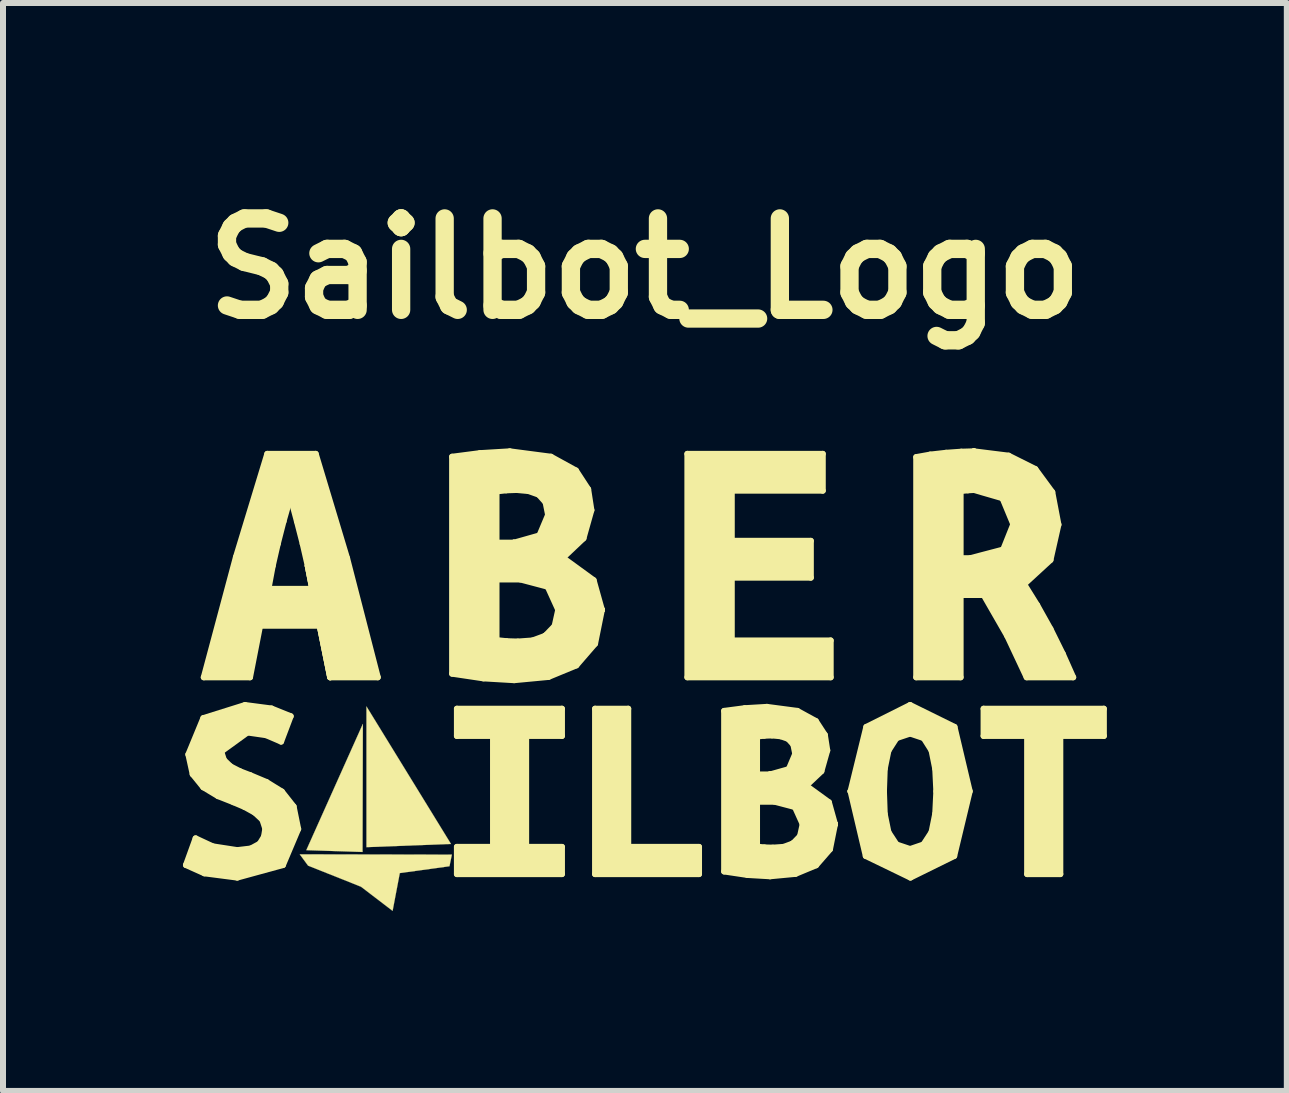
<source format=kicad_pcb>
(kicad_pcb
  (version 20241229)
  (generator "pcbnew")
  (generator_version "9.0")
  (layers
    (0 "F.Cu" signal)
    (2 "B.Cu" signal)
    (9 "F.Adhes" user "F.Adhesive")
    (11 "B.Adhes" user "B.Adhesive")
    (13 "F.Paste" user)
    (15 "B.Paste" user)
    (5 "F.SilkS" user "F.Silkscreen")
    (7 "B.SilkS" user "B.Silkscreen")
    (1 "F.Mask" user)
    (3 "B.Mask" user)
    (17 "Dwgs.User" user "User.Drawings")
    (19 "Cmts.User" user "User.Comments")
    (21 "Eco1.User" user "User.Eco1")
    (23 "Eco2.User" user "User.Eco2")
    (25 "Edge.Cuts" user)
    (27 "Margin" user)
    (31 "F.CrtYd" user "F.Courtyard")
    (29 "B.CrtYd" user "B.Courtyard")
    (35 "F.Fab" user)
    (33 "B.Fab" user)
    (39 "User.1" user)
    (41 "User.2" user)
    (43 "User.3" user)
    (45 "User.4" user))
  (footprint "Sailbot_Logo"
    (layer "F.Cu")
    (at 7.701 8.341)
    (property "Reference" "Sailbot_Logo" (at 0 -6.915 0) (layer "F.SilkS") (effects (font (size 1.524 1.524) (thickness 0.305))))
    (attr through_hole)
    (fp_line (start -7.651 3.03) (end -7.49 2.585) (stroke (width 0.1) (type solid)) (layer "F.SilkS"))
    (fp_line (start -7.611 1.186) (end -7.361 0.58) (stroke (width 0.1) (type solid)) (layer "F.SilkS"))
    (fp_line (start -7.539 1.515) (end -7.611 1.186) (stroke (width 0.1) (type solid)) (layer "F.SilkS"))
    (fp_line (start -7.49 2.585) (end -7.205 2.718) (stroke (width 0.1) (type solid)) (layer "F.SilkS"))
    (fp_line (start -7.361 0.58) (end -6.666 0.362) (stroke (width 0.1) (type solid)) (layer "F.SilkS"))
    (fp_line (start -7.361 1.734) (end -7.539 1.515) (stroke (width 0.1) (type solid)) (layer "F.SilkS"))
    (fp_line (start -7.354 -0.1) (end -6.818 -2.104) (stroke (width 0.1) (type solid)) (layer "F.SilkS"))
    (fp_line (start -7.343 3.168) (end -7.651 3.03) (stroke (width 0.1) (type solid)) (layer "F.SilkS"))
    (fp_line (start -7.205 2.718) (end -6.796 2.781) (stroke (width 0.1) (type solid)) (layer "F.SilkS"))
    (fp_line (start -7.116 1.881) (end -7.361 1.734) (stroke (width 0.1) (type solid)) (layer "F.SilkS"))
    (fp_line (start -7.063 1.137) (end -7.018 1.279) (stroke (width 0.1) (type solid)) (layer "F.SilkS"))
    (fp_line (start -7.018 1.279) (end -6.907 1.386) (stroke (width 0.1) (type solid)) (layer "F.SilkS"))
    (fp_line (start -6.907 1.386) (end -6.751 1.466) (stroke (width 0.1) (type solid)) (layer "F.SilkS"))
    (fp_line (start -6.858 1.983) (end -7.116 1.881) (stroke (width 0.1) (type solid)) (layer "F.SilkS"))
    (fp_line (start -6.818 -2.104) (end -6.295 -3.825) (stroke (width 0.1) (type solid)) (layer "F.SilkS"))
    (fp_line (start -6.796 2.781) (end -6.568 2.754) (stroke (width 0.1) (type solid)) (layer "F.SilkS"))
    (fp_line (start -6.796 3.239) (end -7.343 3.168) (stroke (width 0.1) (type solid)) (layer "F.SilkS"))
    (fp_line (start -6.751 1.466) (end -6.577 1.533) (stroke (width 0.1) (type solid)) (layer "F.SilkS"))
    (fp_line (start -6.671 2.063) (end -6.858 1.983) (stroke (width 0.1) (type solid)) (layer "F.SilkS"))
    (fp_line (start -6.666 0.362) (end -6.225 0.42) (stroke (width 0.1) (type solid)) (layer "F.SilkS"))
    (fp_line (start -6.626 0.82) (end -7.063 1.137) (stroke (width 0.1) (type solid)) (layer "F.SilkS"))
    (fp_line (start -6.583 -0.1) (end -7.354 -0.1) (stroke (width 0.1) (type solid)) (layer "F.SilkS"))
    (fp_line (start -6.577 1.533) (end -6.31 1.645) (stroke (width 0.1) (type solid)) (layer "F.SilkS"))
    (fp_line (start -6.568 2.754) (end -6.421 2.674) (stroke (width 0.1) (type solid)) (layer "F.SilkS"))
    (fp_line (start -6.502 2.157) (end -6.671 2.063) (stroke (width 0.1) (type solid)) (layer "F.SilkS"))
    (fp_line (start -6.421 2.674) (end -6.35 2.558) (stroke (width 0.1) (type solid)) (layer "F.SilkS"))
    (fp_line (start -6.415 -0.96) (end -6.583 -0.1) (stroke (width 0.1) (type solid)) (layer "F.SilkS"))
    (fp_line (start -6.377 2.273) (end -6.502 2.157) (stroke (width 0.1) (type solid)) (layer "F.SilkS"))
    (fp_line (start -6.35 2.558) (end -6.328 2.424) (stroke (width 0.1) (type solid)) (layer "F.SilkS"))
    (fp_line (start -6.328 2.424) (end -6.377 2.273) (stroke (width 0.1) (type solid)) (layer "F.SilkS"))
    (fp_line (start -6.314 0.865) (end -6.626 0.82) (stroke (width 0.1) (type solid)) (layer "F.SilkS"))
    (fp_line (start -6.31 1.645) (end -6.052 1.805) (stroke (width 0.1) (type solid)) (layer "F.SilkS"))
    (fp_line (start -6.295 -3.825) (end -5.488 -3.825) (stroke (width 0.1) (type solid)) (layer "F.SilkS"))
    (fp_line (start -6.276 -1.574) (end -5.548 -1.574) (stroke (width 0.1) (type solid)) (layer "F.SilkS"))
    (fp_line (start -6.225 0.42) (end -5.905 0.549) (stroke (width 0.1) (type solid)) (layer "F.SilkS"))
    (fp_line (start -6.204 -1.959) (end -6.276 -1.574) (stroke (width 0.1) (type solid)) (layer "F.SilkS"))
    (fp_line (start -6.12 -2.326) (end -6.204 -1.959) (stroke (width 0.1) (type solid)) (layer "F.SilkS"))
    (fp_line (start -6.065 0.972) (end -6.314 0.865) (stroke (width 0.1) (type solid)) (layer "F.SilkS"))
    (fp_line (start -6.052 1.805) (end -5.856 2.054) (stroke (width 0.1) (type solid)) (layer "F.SilkS"))
    (fp_line (start -6.034 3.03) (end -6.796 3.239) (stroke (width 0.1) (type solid)) (layer "F.SilkS"))
    (fp_line (start -6.024 -2.7) (end -6.12 -2.326) (stroke (width 0.1) (type solid)) (layer "F.SilkS"))
    (fp_line (start -5.909 -3.103) (end -6.024 -2.7) (stroke (width 0.1) (type solid)) (layer "F.SilkS"))
    (fp_line (start -5.905 0.549) (end -6.065 0.972) (stroke (width 0.1) (type solid)) (layer "F.SilkS"))
    (fp_line (start -5.856 2.054) (end -5.78 2.429) (stroke (width 0.1) (type solid)) (layer "F.SilkS"))
    (fp_line (start -5.801 -2.7) (end -5.909 -3.103) (stroke (width 0.1) (type solid)) (layer "F.SilkS"))
    (fp_line (start -5.78 2.429) (end -6.034 3.03) (stroke (width 0.1) (type solid)) (layer "F.SilkS"))
    (fp_line (start -5.705 -2.326) (end -5.801 -2.7) (stroke (width 0.1) (type solid)) (layer "F.SilkS"))
    (fp_line (start -5.621 -1.959) (end -5.705 -2.326) (stroke (width 0.1) (type solid)) (layer "F.SilkS"))
    (fp_line (start -5.621 -1.959) (end -5.247 -0.1) (stroke (width 0.1) (type solid)) (layer "F.SilkS"))
    (fp_line (start -5.548 -1.574) (end -5.621 -1.959) (stroke (width 0.1) (type solid)) (layer "F.SilkS"))
    (fp_line (start -5.488 -3.825) (end -4.965 -2.086) (stroke (width 0.1) (type solid)) (layer "F.SilkS"))
    (fp_line (start -5.422 -0.96) (end -6.415 -0.96) (stroke (width 0.1) (type solid)) (layer "F.SilkS"))
    (fp_line (start -5.247 -0.1) (end -5.621 -1.959) (stroke (width 0.1) (type solid)) (layer "F.SilkS"))
    (fp_line (start -5.247 -0.1) (end -5.422 -0.96) (stroke (width 0.1) (type solid)) (layer "F.SilkS"))
    (fp_line (start -4.965 -2.086) (end -4.453 -0.1) (stroke (width 0.1) (type solid)) (layer "F.SilkS"))
    (fp_line (start -4.453 -0.1) (end -5.247 -0.1) (stroke (width 0.1) (type solid)) (layer "F.SilkS"))
    (fp_line (start -3.214 -3.777) (end -2.751 -3.837) (stroke (width 0.1) (type solid)) (layer "F.SilkS"))
    (fp_line (start -3.214 -0.16) (end -3.214 -3.777) (stroke (width 0.1) (type solid)) (layer "F.SilkS"))
    (fp_line (start -3.134 0.424) (end -1.383 0.424) (stroke (width 0.1) (type solid)) (layer "F.SilkS"))
    (fp_line (start -3.134 0.878) (end -3.134 0.424) (stroke (width 0.1) (type solid)) (layer "F.SilkS"))
    (fp_line (start -3.134 2.727) (end -2.532 2.727) (stroke (width 0.1) (type solid)) (layer "F.SilkS"))
    (fp_line (start -3.134 3.181) (end -3.134 2.727) (stroke (width 0.1) (type solid)) (layer "F.SilkS"))
    (fp_line (start -2.751 -3.837) (end -2.252 -3.867) (stroke (width 0.1) (type solid)) (layer "F.SilkS"))
    (fp_line (start -2.691 -0.082) (end -3.214 -0.16) (stroke (width 0.1) (type solid)) (layer "F.SilkS"))
    (fp_line (start -2.532 0.878) (end -3.134 0.878) (stroke (width 0.1) (type solid)) (layer "F.SilkS"))
    (fp_line (start -2.532 2.727) (end -2.532 0.878) (stroke (width 0.1) (type solid)) (layer "F.SilkS"))
    (fp_line (start -2.474 -3.199) (end -2.474 -2.344) (stroke (width 0.1) (type solid)) (layer "F.SilkS"))
    (fp_line (start -2.474 -2.344) (end -2.185 -2.344) (stroke (width 0.1) (type solid)) (layer "F.SilkS"))
    (fp_line (start -2.474 -1.731) (end -2.474 -1.731) (stroke (width 0.1) (type solid)) (layer "F.SilkS"))
    (fp_line (start -2.474 -1.731) (end -2.474 -0.72) (stroke (width 0.1) (type solid)) (layer "F.SilkS"))
    (fp_line (start -2.474 -0.72) (end -2.306 -0.702) (stroke (width 0.1) (type solid)) (layer "F.SilkS"))
    (fp_line (start -2.312 -3.217) (end -2.474 -3.199) (stroke (width 0.1) (type solid)) (layer "F.SilkS"))
    (fp_line (start -2.306 -0.702) (end -2.119 -0.696) (stroke (width 0.1) (type solid)) (layer "F.SilkS"))
    (fp_line (start -2.252 -3.867) (end -1.566 -3.777) (stroke (width 0.1) (type solid)) (layer "F.SilkS"))
    (fp_line (start -2.185 -2.344) (end -2.185 -2.344) (stroke (width 0.1) (type solid)) (layer "F.SilkS"))
    (fp_line (start -2.185 -2.344) (end -1.758 -2.465) (stroke (width 0.1) (type solid)) (layer "F.SilkS"))
    (fp_line (start -2.185 -2.344) (end -0.717 -1.225) (stroke (width 0.1) (type solid)) (layer "F.SilkS"))
    (fp_line (start -2.179 -0.052) (end -2.691 -0.082) (stroke (width 0.1) (type solid)) (layer "F.SilkS"))
    (fp_line (start -2.137 -3.223) (end -2.312 -3.217) (stroke (width 0.1) (type solid)) (layer "F.SilkS"))
    (fp_line (start -2.119 -0.696) (end -1.872 -0.714) (stroke (width 0.1) (type solid)) (layer "F.SilkS"))
    (fp_line (start -2.077 -1.731) (end -2.474 -1.731) (stroke (width 0.1) (type solid)) (layer "F.SilkS"))
    (fp_line (start -1.98 0.878) (end -1.98 2.727) (stroke (width 0.1) (type solid)) (layer "F.SilkS"))
    (fp_line (start -1.98 2.727) (end -1.383 2.727) (stroke (width 0.1) (type solid)) (layer "F.SilkS"))
    (fp_line (start -1.939 -3.205) (end -2.137 -3.223) (stroke (width 0.1) (type solid)) (layer "F.SilkS"))
    (fp_line (start -1.872 -0.714) (end -1.662 -0.792) (stroke (width 0.1) (type solid)) (layer "F.SilkS"))
    (fp_line (start -1.77 -3.145) (end -1.939 -3.205) (stroke (width 0.1) (type solid)) (layer "F.SilkS"))
    (fp_line (start -1.758 -2.465) (end -1.614 -2.808) (stroke (width 0.1) (type solid)) (layer "F.SilkS"))
    (fp_line (start -1.662 -0.792) (end -1.505 -0.954) (stroke (width 0.1) (type solid)) (layer "F.SilkS"))
    (fp_line (start -1.662 -0.792) (end -0.717 -1.225) (stroke (width 0.1) (type solid)) (layer "F.SilkS"))
    (fp_line (start -1.656 -3.018) (end -1.77 -3.145) (stroke (width 0.1) (type solid)) (layer "F.SilkS"))
    (fp_line (start -1.62 -1.61) (end -2.077 -1.731) (stroke (width 0.1) (type solid)) (layer "F.SilkS"))
    (fp_line (start -1.614 -2.808) (end -1.656 -3.018) (stroke (width 0.1) (type solid)) (layer "F.SilkS"))
    (fp_line (start -1.608 -0.106) (end -2.179 -0.052) (stroke (width 0.1) (type solid)) (layer "F.SilkS"))
    (fp_line (start -1.566 -3.777) (end -1.15 -3.548) (stroke (width 0.1) (type solid)) (layer "F.SilkS"))
    (fp_line (start -1.505 -0.954) (end -1.445 -1.225) (stroke (width 0.1) (type solid)) (layer "F.SilkS"))
    (fp_line (start -1.445 -1.225) (end -1.62 -1.61) (stroke (width 0.1) (type solid)) (layer "F.SilkS"))
    (fp_line (start -1.383 0.424) (end -1.383 0.878) (stroke (width 0.1) (type solid)) (layer "F.SilkS"))
    (fp_line (start -1.383 0.878) (end -1.98 0.878) (stroke (width 0.1) (type solid)) (layer "F.SilkS"))
    (fp_line (start -1.383 2.727) (end -1.383 3.181) (stroke (width 0.1) (type solid)) (layer "F.SilkS"))
    (fp_line (start -1.383 3.181) (end -3.134 3.181) (stroke (width 0.1) (type solid)) (layer "F.SilkS"))
    (fp_line (start -1.367 -2.092) (end -0.855 -1.719) (stroke (width 0.1) (type solid)) (layer "F.SilkS"))
    (fp_line (start -1.15 -3.548) (end -0.946 -3.235) (stroke (width 0.1) (type solid)) (layer "F.SilkS"))
    (fp_line (start -1.144 -0.298) (end -1.608 -0.106) (stroke (width 0.1) (type solid)) (layer "F.SilkS"))
    (fp_line (start -1.024 -2.417) (end -1.367 -2.092) (stroke (width 0.1) (type solid)) (layer "F.SilkS"))
    (fp_line (start -0.946 -3.235) (end -0.892 -2.886) (stroke (width 0.1) (type solid)) (layer "F.SilkS"))
    (fp_line (start -0.892 -2.886) (end -1.024 -2.417) (stroke (width 0.1) (type solid)) (layer "F.SilkS"))
    (fp_line (start -0.855 -1.719) (end -0.717 -1.225) (stroke (width 0.1) (type solid)) (layer "F.SilkS"))
    (fp_line (start -0.831 -0.66) (end -1.144 -0.298) (stroke (width 0.1) (type solid)) (layer "F.SilkS"))
    (fp_line (start -0.831 0.424) (end -0.278 0.424) (stroke (width 0.1) (type solid)) (layer "F.SilkS"))
    (fp_line (start -0.831 3.181) (end -0.831 0.424) (stroke (width 0.1) (type solid)) (layer "F.SilkS"))
    (fp_line (start -0.717 -1.225) (end -2.185 -2.344) (stroke (width 0.1) (type solid)) (layer "F.SilkS"))
    (fp_line (start -0.717 -1.225) (end -1.662 -0.792) (stroke (width 0.1) (type solid)) (layer "F.SilkS"))
    (fp_line (start -0.717 -1.225) (end -0.831 -0.66) (stroke (width 0.1) (type solid)) (layer "F.SilkS"))
    (fp_line (start -0.278 0.424) (end -0.278 2.727) (stroke (width 0.1) (type solid)) (layer "F.SilkS"))
    (fp_line (start -0.278 2.727) (end 0.902 2.727) (stroke (width 0.1) (type solid)) (layer "F.SilkS"))
    (fp_line (start 0.708 -3.825) (end 2.965 -3.825) (stroke (width 0.1) (type solid)) (layer "F.SilkS"))
    (fp_line (start 0.708 -0.1) (end 0.708 -3.825) (stroke (width 0.1) (type solid)) (layer "F.SilkS"))
    (fp_line (start 0.902 2.727) (end 0.902 3.181) (stroke (width 0.1) (type solid)) (layer "F.SilkS"))
    (fp_line (start 0.902 3.181) (end -0.831 3.181) (stroke (width 0.1) (type solid)) (layer "F.SilkS"))
    (fp_line (start 1.321 0.46) (end 1.664 0.415) (stroke (width 0.1) (type solid)) (layer "F.SilkS"))
    (fp_line (start 1.321 3.137) (end 1.321 0.46) (stroke (width 0.1) (type solid)) (layer "F.SilkS"))
    (fp_line (start 1.448 -3.211) (end 1.448 -2.375) (stroke (width 0.1) (type solid)) (layer "F.SilkS"))
    (fp_line (start 1.448 -2.375) (end 2.766 -2.375) (stroke (width 0.1) (type solid)) (layer "F.SilkS"))
    (fp_line (start 1.448 -1.761) (end 1.448 -0.714) (stroke (width 0.1) (type solid)) (layer "F.SilkS"))
    (fp_line (start 1.448 -0.714) (end 3.097 -0.714) (stroke (width 0.1) (type solid)) (layer "F.SilkS"))
    (fp_line (start 1.664 0.415) (end 2.034 0.393) (stroke (width 0.1) (type solid)) (layer "F.SilkS"))
    (fp_line (start 1.708 3.195) (end 1.321 3.137) (stroke (width 0.1) (type solid)) (layer "F.SilkS"))
    (fp_line (start 1.869 0.887) (end 1.869 1.52) (stroke (width 0.1) (type solid)) (layer "F.SilkS"))
    (fp_line (start 1.869 1.52) (end 2.083 1.52) (stroke (width 0.1) (type solid)) (layer "F.SilkS"))
    (fp_line (start 1.869 1.974) (end 1.869 1.974) (stroke (width 0.1) (type solid)) (layer "F.SilkS"))
    (fp_line (start 1.869 1.974) (end 1.869 2.723) (stroke (width 0.1) (type solid)) (layer "F.SilkS"))
    (fp_line (start 1.869 2.723) (end 1.993 2.736) (stroke (width 0.1) (type solid)) (layer "F.SilkS"))
    (fp_line (start 1.989 0.874) (end 1.869 0.887) (stroke (width 0.1) (type solid)) (layer "F.SilkS"))
    (fp_line (start 1.993 2.736) (end 2.132 2.74) (stroke (width 0.1) (type solid)) (layer "F.SilkS"))
    (fp_line (start 2.034 0.393) (end 2.541 0.46) (stroke (width 0.1) (type solid)) (layer "F.SilkS"))
    (fp_line (start 2.083 1.52) (end 2.399 1.431) (stroke (width 0.1) (type solid)) (layer "F.SilkS"))
    (fp_line (start 2.083 1.52) (end 3.169 2.348) (stroke (width 0.1) (type solid)) (layer "F.SilkS"))
    (fp_line (start 2.083 1.52) (end 2.083 1.52) (stroke (width 0.1) (type solid)) (layer "F.SilkS"))
    (fp_line (start 2.087 3.217) (end 1.708 3.195) (stroke (width 0.1) (type solid)) (layer "F.SilkS"))
    (fp_line (start 2.118 0.869) (end 1.989 0.874) (stroke (width 0.1) (type solid)) (layer "F.SilkS"))
    (fp_line (start 2.132 2.74) (end 2.314 2.727) (stroke (width 0.1) (type solid)) (layer "F.SilkS"))
    (fp_line (start 2.163 1.974) (end 1.869 1.974) (stroke (width 0.1) (type solid)) (layer "F.SilkS"))
    (fp_line (start 2.265 0.883) (end 2.118 0.869) (stroke (width 0.1) (type solid)) (layer "F.SilkS"))
    (fp_line (start 2.314 2.727) (end 2.47 2.669) (stroke (width 0.1) (type solid)) (layer "F.SilkS"))
    (fp_line (start 2.39 0.927) (end 2.265 0.883) (stroke (width 0.1) (type solid)) (layer "F.SilkS"))
    (fp_line (start 2.399 1.431) (end 2.506 1.177) (stroke (width 0.1) (type solid)) (layer "F.SilkS"))
    (fp_line (start 2.47 2.669) (end 2.586 2.549) (stroke (width 0.1) (type solid)) (layer "F.SilkS"))
    (fp_line (start 2.47 2.669) (end 3.169 2.348) (stroke (width 0.1) (type solid)) (layer "F.SilkS"))
    (fp_line (start 2.475 1.021) (end 2.39 0.927) (stroke (width 0.1) (type solid)) (layer "F.SilkS"))
    (fp_line (start 2.501 2.063) (end 2.163 1.974) (stroke (width 0.1) (type solid)) (layer "F.SilkS"))
    (fp_line (start 2.506 1.177) (end 2.475 1.021) (stroke (width 0.1) (type solid)) (layer "F.SilkS"))
    (fp_line (start 2.51 3.177) (end 2.087 3.217) (stroke (width 0.1) (type solid)) (layer "F.SilkS"))
    (fp_line (start 2.541 0.46) (end 2.849 0.629) (stroke (width 0.1) (type solid)) (layer "F.SilkS"))
    (fp_line (start 2.586 2.549) (end 2.63 2.348) (stroke (width 0.1) (type solid)) (layer "F.SilkS"))
    (fp_line (start 2.63 2.348) (end 2.501 2.063) (stroke (width 0.1) (type solid)) (layer "F.SilkS"))
    (fp_line (start 2.688 1.707) (end 3.067 1.983) (stroke (width 0.1) (type solid)) (layer "F.SilkS"))
    (fp_line (start 2.766 -2.375) (end 2.766 -1.761) (stroke (width 0.1) (type solid)) (layer "F.SilkS"))
    (fp_line (start 2.766 -1.761) (end 1.448 -1.761) (stroke (width 0.1) (type solid)) (layer "F.SilkS"))
    (fp_line (start 2.849 0.629) (end 3 0.861) (stroke (width 0.1) (type solid)) (layer "F.SilkS"))
    (fp_line (start 2.853 3.034) (end 2.51 3.177) (stroke (width 0.1) (type solid)) (layer "F.SilkS"))
    (fp_line (start 2.942 1.466) (end 2.688 1.707) (stroke (width 0.1) (type solid)) (layer "F.SilkS"))
    (fp_line (start 2.965 -3.825) (end 2.965 -3.211) (stroke (width 0.1) (type solid)) (layer "F.SilkS"))
    (fp_line (start 2.965 -3.211) (end 1.448 -3.211) (stroke (width 0.1) (type solid)) (layer "F.SilkS"))
    (fp_line (start 3 0.861) (end 3.04 1.119) (stroke (width 0.1) (type solid)) (layer "F.SilkS"))
    (fp_line (start 3.04 1.119) (end 2.942 1.466) (stroke (width 0.1) (type solid)) (layer "F.SilkS"))
    (fp_line (start 3.067 1.983) (end 3.169 2.348) (stroke (width 0.1) (type solid)) (layer "F.SilkS"))
    (fp_line (start 3.085 2.767) (end 2.853 3.034) (stroke (width 0.1) (type solid)) (layer "F.SilkS"))
    (fp_line (start 3.097 -0.714) (end 3.097 -0.1) (stroke (width 0.1) (type solid)) (layer "F.SilkS"))
    (fp_line (start 3.097 -0.1) (end 0.708 -0.1) (stroke (width 0.1) (type solid)) (layer "F.SilkS"))
    (fp_line (start 3.169 2.348) (end 2.083 1.52) (stroke (width 0.1) (type solid)) (layer "F.SilkS"))
    (fp_line (start 3.169 2.348) (end 2.47 2.669) (stroke (width 0.1) (type solid)) (layer "F.SilkS"))
    (fp_line (start 3.169 2.348) (end 3.085 2.767) (stroke (width 0.1) (type solid)) (layer "F.SilkS"))
    (fp_line (start 3.428 1.8) (end 3.691 0.727) (stroke (width 0.1) (type solid)) (layer "F.SilkS"))
    (fp_line (start 3.428 1.8) (end 3.985 1.8) (stroke (width 0.1) (type solid)) (layer "F.SilkS"))
    (fp_line (start 3.682 2.879) (end 3.428 1.8) (stroke (width 0.1) (type solid)) (layer "F.SilkS"))
    (fp_line (start 3.691 0.727) (end 4.421 0.362) (stroke (width 0.1) (type solid)) (layer "F.SilkS"))
    (fp_line (start 3.985 1.8) (end 3.428 1.8) (stroke (width 0.1) (type solid)) (layer "F.SilkS"))
    (fp_line (start 3.985 1.8) (end 3.998 2.179) (stroke (width 0.1) (type solid)) (layer "F.SilkS"))
    (fp_line (start 3.998 1.426) (end 3.985 1.8) (stroke (width 0.1) (type solid)) (layer "F.SilkS"))
    (fp_line (start 3.998 2.179) (end 4.06 2.482) (stroke (width 0.1) (type solid)) (layer "F.SilkS"))
    (fp_line (start 4.06 1.123) (end 3.998 1.426) (stroke (width 0.1) (type solid)) (layer "F.SilkS"))
    (fp_line (start 4.06 2.482) (end 4.194 2.687) (stroke (width 0.1) (type solid)) (layer "F.SilkS"))
    (fp_line (start 4.194 0.914) (end 4.06 1.123) (stroke (width 0.1) (type solid)) (layer "F.SilkS"))
    (fp_line (start 4.194 2.687) (end 4.421 2.763) (stroke (width 0.1) (type solid)) (layer "F.SilkS"))
    (fp_line (start 4.421 0.362) (end 5.161 0.727) (stroke (width 0.1) (type solid)) (layer "F.SilkS"))
    (fp_line (start 4.421 0.838) (end 4.194 0.914) (stroke (width 0.1) (type solid)) (layer "F.SilkS"))
    (fp_line (start 4.421 2.763) (end 4.644 2.687) (stroke (width 0.1) (type solid)) (layer "F.SilkS"))
    (fp_line (start 4.426 3.239) (end 3.682 2.879) (stroke (width 0.1) (type solid)) (layer "F.SilkS"))
    (fp_line (start 4.523 -3.771) (end 4.757 -3.813) (stroke (width 0.1) (type solid)) (layer "F.SilkS"))
    (fp_line (start 4.523 -0.1) (end 4.523 -3.771) (stroke (width 0.1) (type solid)) (layer "F.SilkS"))
    (fp_line (start 4.644 2.687) (end 4.778 2.482) (stroke (width 0.1) (type solid)) (layer "F.SilkS"))
    (fp_line (start 4.648 0.914) (end 4.421 0.838) (stroke (width 0.1) (type solid)) (layer "F.SilkS"))
    (fp_line (start 4.757 -3.813) (end 5.022 -3.843) (stroke (width 0.1) (type solid)) (layer "F.SilkS"))
    (fp_line (start 4.778 1.119) (end 4.648 0.914) (stroke (width 0.1) (type solid)) (layer "F.SilkS"))
    (fp_line (start 4.778 2.482) (end 4.84 2.175) (stroke (width 0.1) (type solid)) (layer "F.SilkS"))
    (fp_line (start 4.84 1.426) (end 4.778 1.119) (stroke (width 0.1) (type solid)) (layer "F.SilkS"))
    (fp_line (start 4.84 2.175) (end 4.858 1.8) (stroke (width 0.1) (type solid)) (layer "F.SilkS"))
    (fp_line (start 4.858 1.8) (end 4.84 1.426) (stroke (width 0.1) (type solid)) (layer "F.SilkS"))
    (fp_line (start 5.022 -3.843) (end 5.275 -3.861) (stroke (width 0.1) (type solid)) (layer "F.SilkS"))
    (fp_line (start 5.156 2.879) (end 4.426 3.239) (stroke (width 0.1) (type solid)) (layer "F.SilkS"))
    (fp_line (start 5.161 0.727) (end 5.415 1.8) (stroke (width 0.1) (type solid)) (layer "F.SilkS"))
    (fp_line (start 5.263 -3.205) (end 5.263 -2.086) (stroke (width 0.1) (type solid)) (layer "F.SilkS"))
    (fp_line (start 5.263 -2.086) (end 5.425 -2.086) (stroke (width 0.1) (type solid)) (layer "F.SilkS"))
    (fp_line (start 5.263 -1.472) (end 5.263 -0.1) (stroke (width 0.1) (type solid)) (layer "F.SilkS"))
    (fp_line (start 5.263 -0.1) (end 4.523 -0.1) (stroke (width 0.1) (type solid)) (layer "F.SilkS"))
    (fp_line (start 5.275 -3.861) (end 5.485 -3.867) (stroke (width 0.1) (type solid)) (layer "F.SilkS"))
    (fp_line (start 5.383 -3.217) (end 5.263 -3.205) (stroke (width 0.1) (type solid)) (layer "F.SilkS"))
    (fp_line (start 5.415 1.8) (end 5.156 2.879) (stroke (width 0.1) (type solid)) (layer "F.SilkS"))
    (fp_line (start 5.425 -2.086) (end 5.973 -2.23) (stroke (width 0.1) (type solid)) (layer "F.SilkS"))
    (fp_line (start 5.485 -3.867) (end 5.961 -3.085) (stroke (width 0.1) (type solid)) (layer "F.SilkS"))
    (fp_line (start 5.485 -3.867) (end 6.063 -3.795) (stroke (width 0.1) (type solid)) (layer "F.SilkS"))
    (fp_line (start 5.485 -3.867) (end 5.485 -3.867) (stroke (width 0.1) (type solid)) (layer "F.SilkS"))
    (fp_line (start 5.485 -3.223) (end 5.383 -3.217) (stroke (width 0.1) (type solid)) (layer "F.SilkS"))
    (fp_line (start 5.646 0.424) (end 7.651 0.424) (stroke (width 0.1) (type solid)) (layer "F.SilkS"))
    (fp_line (start 5.646 0.878) (end 5.646 0.424) (stroke (width 0.1) (type solid)) (layer "F.SilkS"))
    (fp_line (start 5.648 -1.472) (end 5.263 -1.472) (stroke (width 0.1) (type solid)) (layer "F.SilkS"))
    (fp_line (start 5.961 -3.085) (end 5.485 -3.867) (stroke (width 0.1) (type solid)) (layer "F.SilkS"))
    (fp_line (start 5.961 -3.085) (end 5.485 -3.223) (stroke (width 0.1) (type solid)) (layer "F.SilkS"))
    (fp_line (start 5.973 -2.23) (end 6.141 -2.651) (stroke (width 0.1) (type solid)) (layer "F.SilkS"))
    (fp_line (start 6.039 -0.792) (end 5.648 -1.472) (stroke (width 0.1) (type solid)) (layer "F.SilkS"))
    (fp_line (start 6.063 -3.795) (end 6.508 -3.572) (stroke (width 0.1) (type solid)) (layer "F.SilkS"))
    (fp_line (start 6.141 -2.651) (end 6.141 -2.651) (stroke (width 0.1) (type solid)) (layer "F.SilkS"))
    (fp_line (start 6.141 -2.651) (end 5.961 -3.085) (stroke (width 0.1) (type solid)) (layer "F.SilkS"))
    (fp_line (start 6.322 -1.652) (end 6.539 -1.303) (stroke (width 0.1) (type solid)) (layer "F.SilkS"))
    (fp_line (start 6.364 -0.1) (end 6.039 -0.792) (stroke (width 0.1) (type solid)) (layer "F.SilkS"))
    (fp_line (start 6.372 0.878) (end 5.646 0.878) (stroke (width 0.1) (type solid)) (layer "F.SilkS"))
    (fp_line (start 6.372 3.181) (end 6.372 0.878) (stroke (width 0.1) (type solid)) (layer "F.SilkS"))
    (fp_line (start 6.508 -3.572) (end 6.791 -3.187) (stroke (width 0.1) (type solid)) (layer "F.SilkS"))
    (fp_line (start 6.539 -1.303) (end 6.761 -0.906) (stroke (width 0.1) (type solid)) (layer "F.SilkS"))
    (fp_line (start 6.761 -2.056) (end 6.322 -1.652) (stroke (width 0.1) (type solid)) (layer "F.SilkS"))
    (fp_line (start 6.761 -0.906) (end 6.966 -0.491) (stroke (width 0.1) (type solid)) (layer "F.SilkS"))
    (fp_line (start 6.791 -3.187) (end 6.894 -2.645) (stroke (width 0.1) (type solid)) (layer "F.SilkS"))
    (fp_line (start 6.894 -2.645) (end 6.761 -2.056) (stroke (width 0.1) (type solid)) (layer "F.SilkS"))
    (fp_line (start 6.925 0.878) (end 6.925 3.181) (stroke (width 0.1) (type solid)) (layer "F.SilkS"))
    (fp_line (start 6.925 3.181) (end 6.372 3.181) (stroke (width 0.1) (type solid)) (layer "F.SilkS"))
    (fp_line (start 6.966 -0.491) (end 7.14 -0.1) (stroke (width 0.1) (type solid)) (layer "F.SilkS"))
    (fp_line (start 7.14 -0.1) (end 6.364 -0.1) (stroke (width 0.1) (type solid)) (layer "F.SilkS"))
    (fp_line (start 7.651 0.424) (end 7.651 0.878) (stroke (width 0.1) (type solid)) (layer "F.SilkS"))
    (fp_line (start 7.651 0.878) (end 6.925 0.878) (stroke (width 0.1) (type solid)) (layer "F.SilkS"))
    (fp_poly (pts (xy -4.702 0.677) (xy -4.707 2.812) (xy -5.645 2.782) (xy -4.702 0.677)) (stroke (width 0.003) (type solid)) (fill yes) (layer "F.SilkS"))
    (fp_poly (pts (xy -4.642 0.385) (xy -3.233 2.678) (xy -4.642 2.732) (xy -4.642 0.385)) (stroke (width 0.003) (type solid)) (fill yes) (layer "F.SilkS"))
    (fp_poly (pts (xy 0.902 3.181) (xy -0.831 3.181) (xy -0.831 0.424) (xy -0.278 0.424) (xy -0.278 2.727) (xy 0.902 2.727) (xy 0.902 3.181)) (stroke (width 0.003) (type solid)) (fill yes) (layer "F.SilkS"))
    (fp_poly (pts (xy -5.754 2.851) (xy -3.218 2.856) (xy -3.258 3.05) (xy -4.086 3.164) (xy -4.206 3.794) (xy -4.732 3.392) (xy -5.615 3.04) (xy -5.754 2.851)) (stroke (width 0.003) (type solid)) (fill yes) (layer "F.SilkS"))
    (fp_poly (pts (xy 7.651 0.424) (xy 7.651 0.878) (xy 6.925 0.878) (xy 6.925 3.181) (xy 6.372 3.181) (xy 6.372 0.878) (xy 5.646 0.878) (xy 5.646 0.424) (xy 7.651 0.424)) (stroke (width 0.003) (type solid)) (fill yes) (layer "F.SilkS"))
    (fp_poly (pts (xy -3.134 3.181) (xy -3.134 2.727) (xy -2.532 2.727) (xy -2.532 0.878) (xy -3.134 0.878) (xy -3.134 0.424) (xy -1.383 0.424) (xy -1.383 0.878) (xy -1.98 0.878) (xy -1.98 2.727) (xy -1.383 2.727) (xy -1.383 3.181) (xy -3.134 3.181)) (stroke (width 0.003) (type solid)) (fill yes) (layer "F.SilkS"))
    (fp_poly (pts (xy 0.708 -0.1) (xy 0.708 -3.825) (xy 2.965 -3.825) (xy 2.965 -3.211) (xy 1.448 -3.211) (xy 1.448 -2.375) (xy 2.766 -2.375) (xy 2.766 -1.761) (xy 1.448 -1.761) (xy 1.448 -0.714) (xy 3.097 -0.714) (xy 3.097 -0.1) (xy 0.708 -0.1)) (stroke (width 0.003) (type solid)) (fill yes) (layer "F.SilkS"))
    (fp_poly (pts (xy -5.247 -0.1) (xy -5.621 -1.959) (xy -5.705 -2.326) (xy -5.801 -2.7) (xy -5.909 -3.103) (xy -6.024 -2.7) (xy -6.12 -2.326) (xy -6.204 -1.959) (xy -6.276 -1.574) (xy -5.548 -1.574) (xy -5.621 -1.959) (xy -5.247 -0.1) (xy -5.422 -0.96) (xy -6.415 -0.96) (xy -6.583 -0.1) (xy -7.354 -0.1) (xy -6.818 -2.104) (xy -6.295 -3.825) (xy -5.488 -3.825) (xy -4.965 -2.086) (xy -4.453 -0.1) (xy -5.247 -0.1)) (stroke (width 0.003) (type solid)) (fill yes) (layer "F.SilkS"))
    (fp_poly (pts (xy 3.985 1.8) (xy 3.428 1.8) (xy 3.691 0.727) (xy 4.421 0.362) (xy 5.161 0.727) (xy 5.415 1.8) (xy 5.156 2.879) (xy 4.426 3.239) (xy 3.682 2.879) (xy 3.428 1.8) (xy 3.985 1.8) (xy 3.998 2.179) (xy 4.06 2.482) (xy 4.194 2.687) (xy 4.421 2.763) (xy 4.644 2.687) (xy 4.778 2.482) (xy 4.84 2.175) (xy 4.858 1.8) (xy 4.84 1.426) (xy 4.778 1.119) (xy 4.648 0.914) (xy 4.421 0.838) (xy 4.194 0.914) (xy 4.06 1.123) (xy 3.998 1.426) (xy 3.985 1.8)) (stroke (width 0.003) (type solid)) (fill yes) (layer "F.SilkS"))
    (fp_poly (pts (xy 5.485 -3.867) (xy 5.961 -3.085) (xy 5.485 -3.223) (xy 5.383 -3.217) (xy 5.263 -3.205) (xy 5.263 -2.086) (xy 5.425 -2.086) (xy 5.973 -2.23) (xy 6.141 -2.651) (xy 6.141 -2.651) (xy 5.961 -3.085) (xy 5.485 -3.867) (xy 6.063 -3.795) (xy 6.508 -3.572) (xy 6.791 -3.187) (xy 6.894 -2.645) (xy 6.761 -2.056) (xy 6.322 -1.652) (xy 6.539 -1.303) (xy 6.761 -0.906) (xy 6.966 -0.491) (xy 7.14 -0.1) (xy 6.364 -0.1) (xy 6.039 -0.792) (xy 5.648 -1.472) (xy 5.263 -1.472) (xy 5.263 -0.1) (xy 4.523 -0.1) (xy 4.523 -3.771) (xy 4.757 -3.813) (xy 5.022 -3.843) (xy 5.275 -3.861) (xy 5.485 -3.867) (xy 5.485 -3.867)) (stroke (width 0.003) (type solid)) (fill yes) (layer "F.SilkS"))
    (fp_poly (pts (xy -6.796 2.781) (xy -6.568 2.754) (xy -6.421 2.674) (xy -6.35 2.558) (xy -6.328 2.424) (xy -6.377 2.273) (xy -6.502 2.157) (xy -6.671 2.063) (xy -6.858 1.983) (xy -7.116 1.881) (xy -7.361 1.734) (xy -7.539 1.515) (xy -7.611 1.186) (xy -7.361 0.58) (xy -6.666 0.362) (xy -6.225 0.42) (xy -5.905 0.549) (xy -6.065 0.972) (xy -6.314 0.865) (xy -6.626 0.82) (xy -7.063 1.137) (xy -7.018 1.279) (xy -6.907 1.386) (xy -6.751 1.466) (xy -6.577 1.533) (xy -6.31 1.645) (xy -6.052 1.805) (xy -5.856 2.054) (xy -5.78 2.429) (xy -6.034 3.03) (xy -6.796 3.239) (xy -7.343 3.168) (xy -7.651 3.03) (xy -7.49 2.585) (xy -7.205 2.718) (xy -6.796 2.781)) (stroke (width 0.003) (type solid)) (fill yes) (layer "F.SilkS"))
    (fp_poly (pts (xy -0.717 -1.225) (xy -1.662 -0.792) (xy -1.505 -0.954) (xy -1.445 -1.225) (xy -1.62 -1.61) (xy -2.077 -1.731) (xy -2.474 -1.731) (xy -2.474 -1.731) (xy -2.474 -0.72) (xy -2.306 -0.702) (xy -2.119 -0.696) (xy -1.872 -0.714) (xy -1.662 -0.792) (xy -0.717 -1.225) (xy -2.185 -2.344) (xy -1.758 -2.465) (xy -1.614 -2.808) (xy -1.656 -3.018) (xy -1.77 -3.145) (xy -1.939 -3.205) (xy -2.137 -3.223) (xy -2.312 -3.217) (xy -2.474 -3.199) (xy -2.474 -2.344) (xy -2.185 -2.344) (xy -2.185 -2.344) (xy -0.717 -1.225) (xy -0.831 -0.66) (xy -1.144 -0.298) (xy -1.608 -0.106) (xy -2.179 -0.052) (xy -2.691 -0.082) (xy -3.214 -0.16) (xy -3.214 -3.777) (xy -2.751 -3.837) (xy -2.252 -3.867) (xy -1.566 -3.777) (xy -1.15 -3.548) (xy -0.946 -3.235) (xy -0.892 -2.886) (xy -1.024 -2.417) (xy -1.367 -2.092) (xy -0.855 -1.719) (xy -0.717 -1.225)) (stroke (width 0.003) (type solid)) (fill yes) (layer "F.SilkS"))
    (fp_poly (pts (xy 3.169 2.348) (xy 2.47 2.669) (xy 2.586 2.549) (xy 2.63 2.348) (xy 2.501 2.063) (xy 2.163 1.974) (xy 1.869 1.974) (xy 1.869 1.974) (xy 1.869 2.723) (xy 1.993 2.736) (xy 2.132 2.74) (xy 2.314 2.727) (xy 2.47 2.669) (xy 3.169 2.348) (xy 2.083 1.52) (xy 2.399 1.431) (xy 2.506 1.177) (xy 2.475 1.021) (xy 2.39 0.927) (xy 2.265 0.883) (xy 2.118 0.869) (xy 1.989 0.874) (xy 1.869 0.887) (xy 1.869 1.52) (xy 2.083 1.52) (xy 2.083 1.52) (xy 3.169 2.348) (xy 3.085 2.767) (xy 2.853 3.034) (xy 2.51 3.177) (xy 2.087 3.217) (xy 1.708 3.195) (xy 1.321 3.137) (xy 1.321 0.46) (xy 1.664 0.415) (xy 2.034 0.393) (xy 2.541 0.46) (xy 2.849 0.629) (xy 3 0.861) (xy 3.04 1.119) (xy 2.942 1.466) (xy 2.688 1.707) (xy 3.067 1.983) (xy 3.169 2.348)) (stroke (width 0.003) (type solid)) (fill yes) (layer "F.SilkS")))
  (gr_rect
    (start -3 -3)
    (end 18.402 15.137)
    (stroke (width 0.1) (type default))
    (fill no)
    (layer "Edge.Cuts")))
</source>
